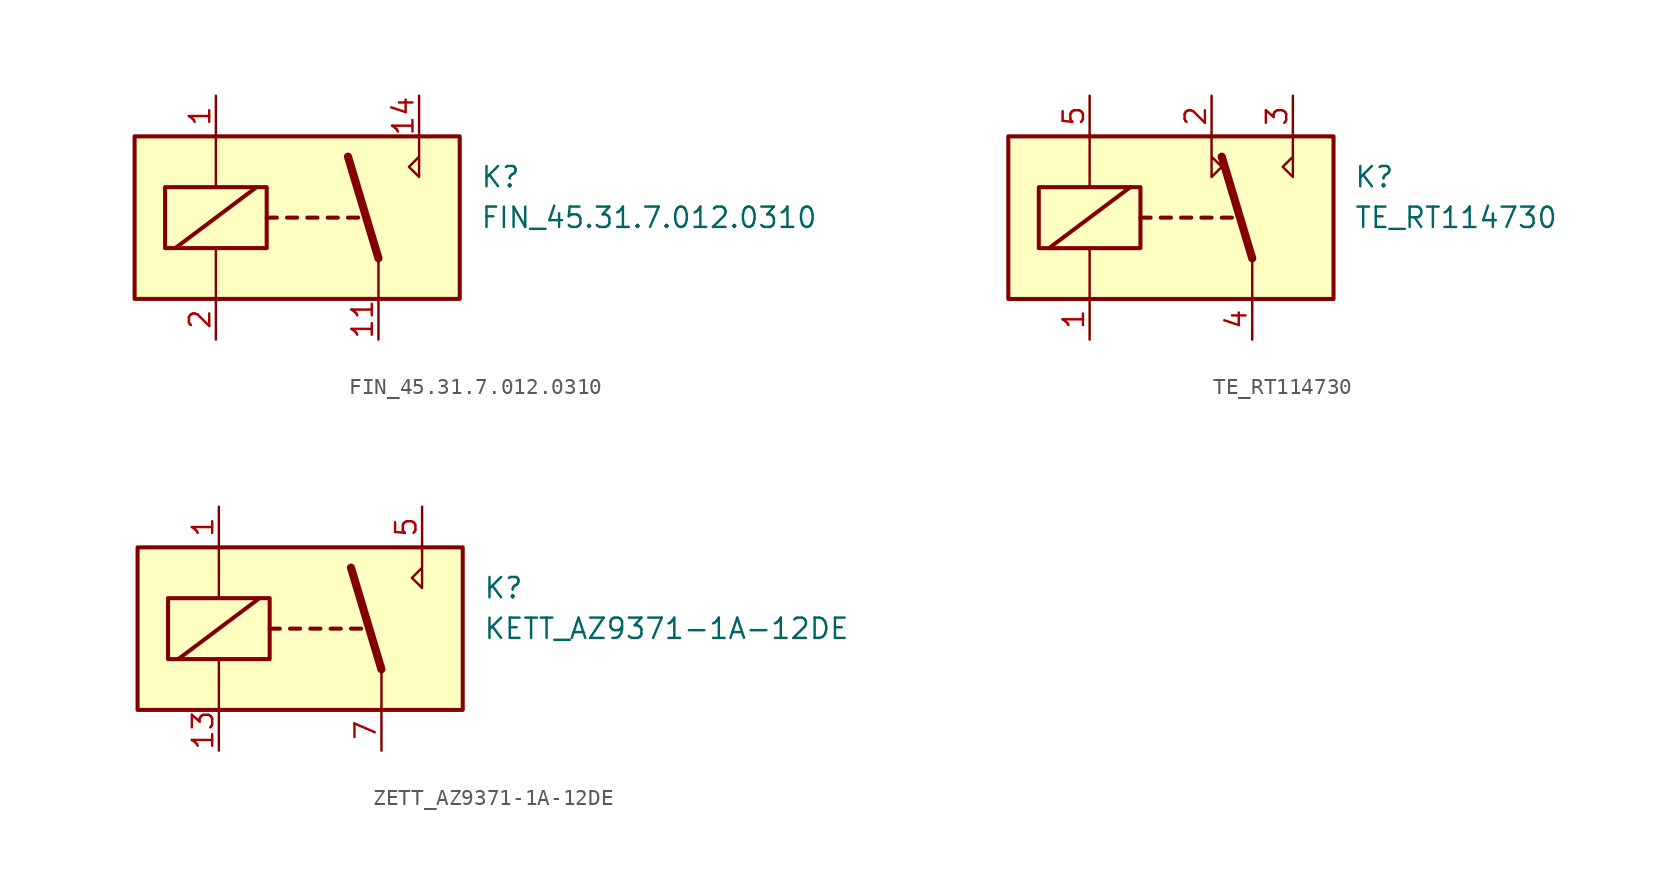
<source format=kicad_sym>
(kicad_symbol_lib
  (version 20231120)
  (generator "kicad_symbol_editor")
  (generator_version "8.0")
  (symbol "FIN_45.31.7.012.0310"
    (property "Reference" "K"
      (at 6.35 2.54 0)
      (effects (font (size 1.27 1.27)) (justify left)))
    (property "Value" "FIN_45.31.7.012.0310"
      (at 6.35 0 0)
      (effects (font (size 1.27 1.27)) (justify left)))
    (symbol "FIN_45.31.7.012.0310_0_1"
      (rectangle (start -15.24 5.08) (end 5.08 -5.08) (stroke (width 0.254) (type default)) (fill (type background)))
      (rectangle (start -13.335 1.905) (end -6.985 -1.905) (stroke (width 0.254) (type default)) (fill (type none)))
      (polyline (pts (xy -12.7 -1.905) (xy -7.62 1.905)) (stroke (width 0.254) (type default)) (fill (type none)))
      (polyline (pts (xy -10.16 -5.08) (xy -10.16 -1.905)) (stroke (width 0) (type default)) (fill (type none)))
      (polyline (pts (xy -10.16 5.08) (xy -10.16 1.905)) (stroke (width 0) (type default)) (fill (type none)))
      (polyline (pts (xy -6.985 0) (xy -6.35 0)) (stroke (width 0.254) (type default)) (fill (type none)))
      (polyline (pts (xy -5.715 0) (xy -5.08 0)) (stroke (width 0.254) (type default)) (fill (type none)))
      (polyline (pts (xy -4.445 0) (xy -3.81 0)) (stroke (width 0.254) (type default)) (fill (type none)))
      (polyline (pts (xy -3.175 0) (xy -2.54 0)) (stroke (width 0.254) (type default)) (fill (type none)))
      (polyline (pts (xy -1.905 0) (xy -1.27 0)) (stroke (width 0.254) (type default)) (fill (type none)))
      (polyline (pts (xy 0 -2.54) (xy -1.905 3.81)) (stroke (width 0.508) (type default)) (fill (type none)))
      (polyline (pts (xy 0 -2.54) (xy 0 -5.08)) (stroke (width 0) (type default)) (fill (type none)))
      (polyline (pts (xy 2.54 5.08) (xy 2.54 2.54) (xy 1.905 3.175) (xy 2.54 3.81)) (stroke (width 0) (type default)) (fill (type none))))
    (symbol "FIN_45.31.7.012.0310_1_1"
      (pin passive line (at -10.16 7.62 270) (length 2.54) (name "~" (effects (font (size 1.27 1.27)))) (number "1" (effects (font (size 1.27 1.27)))))
      (pin passive line (at 0 -7.62 90) (length 2.54) (name "~" (effects (font (size 1.27 1.27)))) (number "11" (effects (font (size 1.27 1.27)))))
      (pin passive line (at 2.54 7.62 270) (length 2.54) (name "~" (effects (font (size 1.27 1.27)))) (number "14" (effects (font (size 1.27 1.27)))))
      (pin passive line (at -10.16 -7.62 90) (length 2.54) (name "~" (effects (font (size 1.27 1.27)))) (number "2" (effects (font (size 1.27 1.27)))))))
  (symbol "TE_RT114730"
    (property "Reference" "K"
      (at 6.35 2.54 0)
      (effects (font (size 1.27 1.27)) (justify left)))
    (property "Value" "TE_RT114730"
      (at 6.35 0 0)
      (effects (font (size 1.27 1.27)) (justify left)))
    (symbol "TE_RT114730_0_1"
      (rectangle (start -15.24 5.08) (end 5.08 -5.08) (stroke (width 0.254) (type default)) (fill (type background)))
      (rectangle (start -13.335 1.905) (end -6.985 -1.905) (stroke (width 0.254) (type default)) (fill (type none)))
      (polyline (pts (xy -12.7 -1.905) (xy -7.62 1.905)) (stroke (width 0.254) (type default)) (fill (type none)))
      (polyline (pts (xy -10.16 -5.08) (xy -10.16 -1.905)) (stroke (width 0) (type default)) (fill (type none)))
      (polyline (pts (xy -10.16 5.08) (xy -10.16 1.905)) (stroke (width 0) (type default)) (fill (type none)))
      (polyline (pts (xy -6.985 0) (xy -6.35 0)) (stroke (width 0.254) (type default)) (fill (type none)))
      (polyline (pts (xy -5.715 0) (xy -5.08 0)) (stroke (width 0.254) (type default)) (fill (type none)))
      (polyline (pts (xy -4.445 0) (xy -3.81 0)) (stroke (width 0.254) (type default)) (fill (type none)))
      (polyline (pts (xy -3.175 0) (xy -2.54 0)) (stroke (width 0.254) (type default)) (fill (type none)))
      (polyline (pts (xy -1.905 0) (xy -1.27 0)) (stroke (width 0.254) (type default)) (fill (type none)))
      (polyline (pts (xy 0 -2.54) (xy -1.905 3.81)) (stroke (width 0.508) (type default)) (fill (type none)))
      (polyline (pts (xy 0 -2.54) (xy 0 -5.08)) (stroke (width 0) (type default)) (fill (type none)))
      (polyline (pts (xy -2.54 5.08) (xy -2.54 2.54) (xy -1.905 3.175) (xy -2.54 3.81)) (stroke (width 0) (type default)) (fill (type none)))
      (polyline (pts (xy 2.54 5.08) (xy 2.54 2.54) (xy 1.905 3.175) (xy 2.54 3.81)) (stroke (width 0) (type default)) (fill (type none))))
    (symbol "TE_RT114730_1_1"
      (pin passive line (at -10.16 -7.62 90) (length 2.54) (name "~" (effects (font (size 1.27 1.27)))) (number "1" (effects (font (size 1.27 1.27)))))
      (pin passive line (at -2.54 7.62 270) (length 2.54) (name "~" (effects (font (size 1.27 1.27)))) (number "2" (effects (font (size 1.27 1.27)))))
      (pin passive line (at 2.54 7.62 270) (length 2.54) (name "~" (effects (font (size 1.27 1.27)))) (number "3" (effects (font (size 1.27 1.27)))))
      (pin passive line (at 0 -7.62 90) (length 2.54) (name "~" (effects (font (size 1.27 1.27)))) (number "4" (effects (font (size 1.27 1.27)))))
      (pin passive line (at -10.16 7.62 270) (length 2.54) (name "~" (effects (font (size 1.27 1.27)))) (number "5" (effects (font (size 1.27 1.27)))))))
  (symbol "ZETT_AZ9371-1A-12DE"
    (property "Reference" "K"
      (at 6.35 2.54 0)
      (effects (font (size 1.27 1.27)) (justify left)))
    (property "Value" "KETT_AZ9371-1A-12DE"
      (at 6.35 0 0)
      (effects (font (size 1.27 1.27)) (justify left)))
    (symbol "ZETT_AZ9371-1A-12DE_0_1"
      (rectangle (start -15.24 5.08) (end 5.08 -5.08) (stroke (width 0.254) (type default)) (fill (type background)))
      (rectangle (start -13.335 1.905) (end -6.985 -1.905) (stroke (width 0.254) (type default)) (fill (type none)))
      (polyline (pts (xy -12.7 -1.905) (xy -7.62 1.905)) (stroke (width 0.254) (type default)) (fill (type none)))
      (polyline (pts (xy -10.16 -5.08) (xy -10.16 -1.905)) (stroke (width 0) (type default)) (fill (type none)))
      (polyline (pts (xy -10.16 5.08) (xy -10.16 1.905)) (stroke (width 0) (type default)) (fill (type none)))
      (polyline (pts (xy -6.985 0) (xy -6.35 0)) (stroke (width 0.254) (type default)) (fill (type none)))
      (polyline (pts (xy -5.715 0) (xy -5.08 0)) (stroke (width 0.254) (type default)) (fill (type none)))
      (polyline (pts (xy -4.445 0) (xy -3.81 0)) (stroke (width 0.254) (type default)) (fill (type none)))
      (polyline (pts (xy -3.175 0) (xy -2.54 0)) (stroke (width 0.254) (type default)) (fill (type none)))
      (polyline (pts (xy -1.905 0) (xy -1.27 0)) (stroke (width 0.254) (type default)) (fill (type none)))
      (polyline (pts (xy 0 -2.54) (xy -1.905 3.81)) (stroke (width 0.508) (type default)) (fill (type none)))
      (polyline (pts (xy 0 -2.54) (xy 0 -5.08)) (stroke (width 0) (type default)) (fill (type none)))
      (polyline (pts (xy 2.54 5.08) (xy 2.54 2.54) (xy 1.905 3.175) (xy 2.54 3.81)) (stroke (width 0) (type default)) (fill (type none))))
    (symbol "ZETT_AZ9371-1A-12DE_1_1"
      (pin passive line (at -10.16 7.62 270) (length 2.54) (name "~" (effects (font (size 1.27 1.27)))) (number "1" (effects (font (size 1.27 1.27)))))
      (pin passive line (at -10.16 -7.62 90) (length 2.54) (name "~" (effects (font (size 1.27 1.27)))) (number "13" (effects (font (size 1.27 1.27)))))
      (pin passive line (at 2.54 7.62 270) (length 2.54) (name "~" (effects (font (size 1.27 1.27)))) (number "5" (effects (font (size 1.27 1.27)))))
      (pin passive line (at 0 -7.62 90) (length 2.54) (name "~" (effects (font (size 1.27 1.27)))) (number "7" (effects (font (size 1.27 1.27))))))))
</source>
